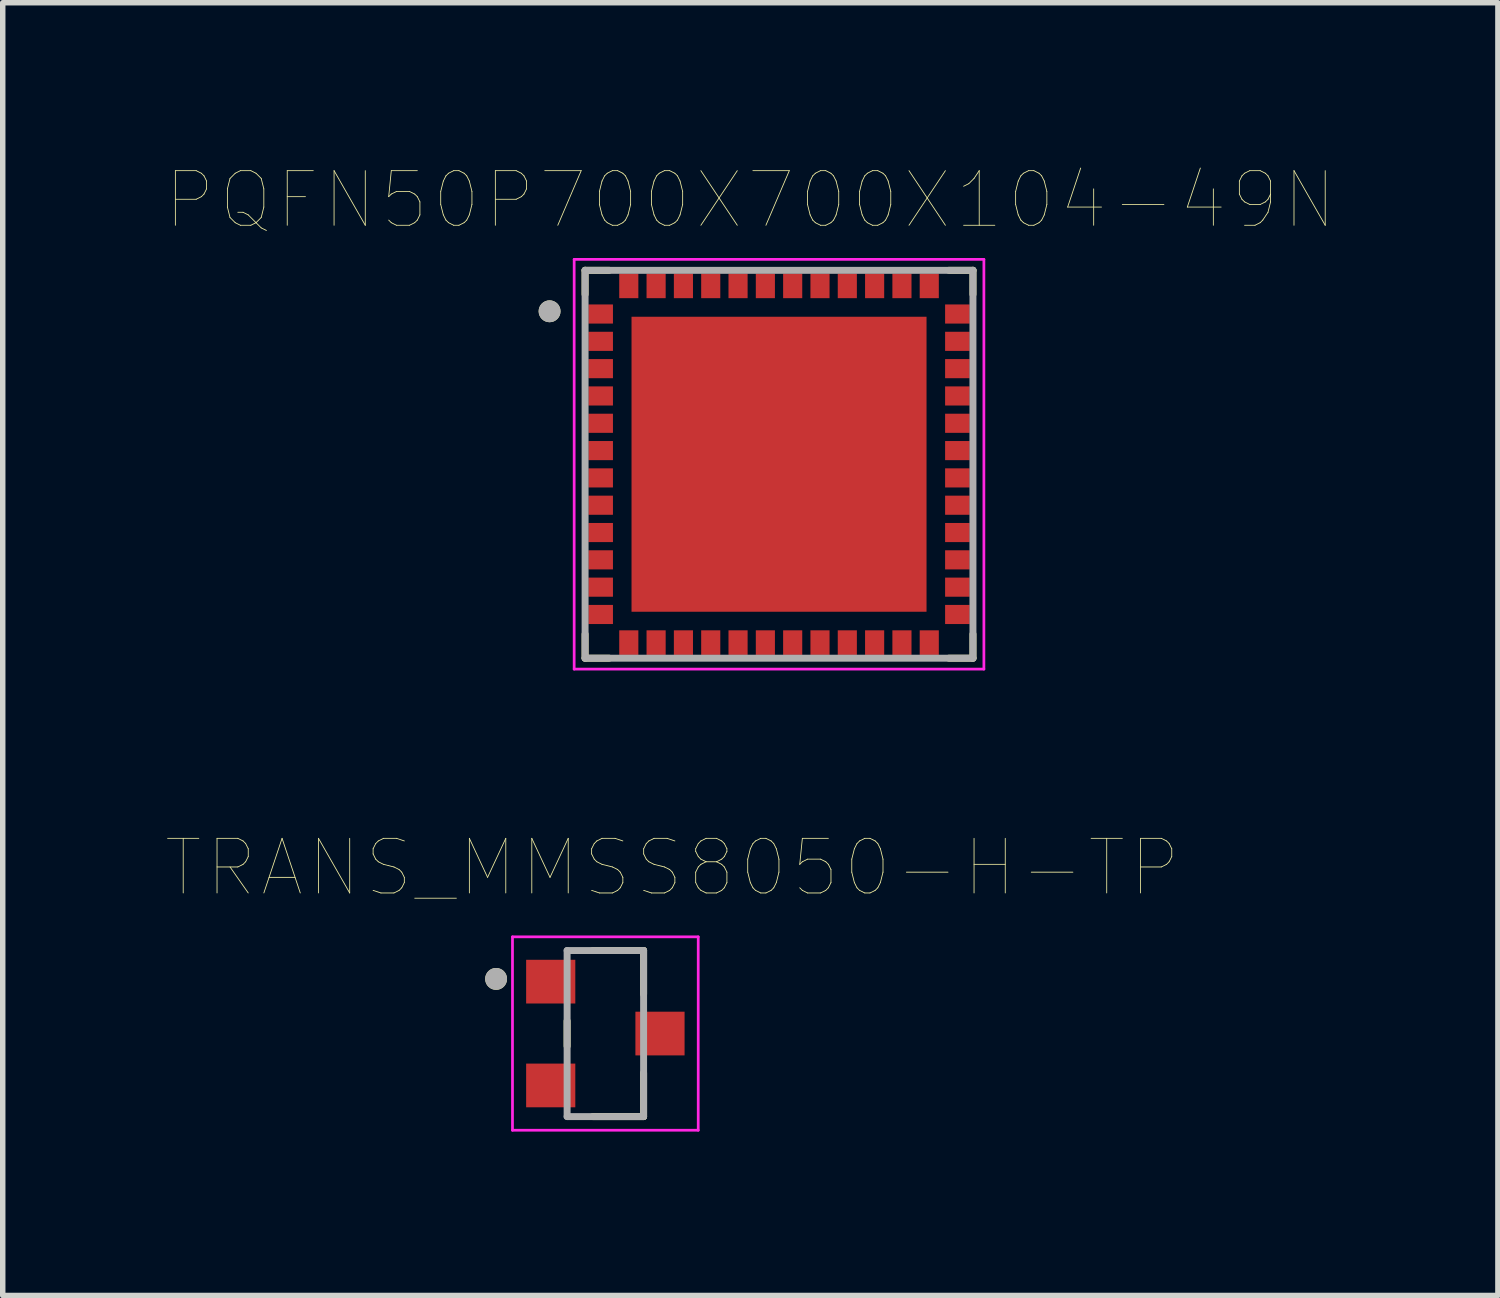
<source format=kicad_pcb>
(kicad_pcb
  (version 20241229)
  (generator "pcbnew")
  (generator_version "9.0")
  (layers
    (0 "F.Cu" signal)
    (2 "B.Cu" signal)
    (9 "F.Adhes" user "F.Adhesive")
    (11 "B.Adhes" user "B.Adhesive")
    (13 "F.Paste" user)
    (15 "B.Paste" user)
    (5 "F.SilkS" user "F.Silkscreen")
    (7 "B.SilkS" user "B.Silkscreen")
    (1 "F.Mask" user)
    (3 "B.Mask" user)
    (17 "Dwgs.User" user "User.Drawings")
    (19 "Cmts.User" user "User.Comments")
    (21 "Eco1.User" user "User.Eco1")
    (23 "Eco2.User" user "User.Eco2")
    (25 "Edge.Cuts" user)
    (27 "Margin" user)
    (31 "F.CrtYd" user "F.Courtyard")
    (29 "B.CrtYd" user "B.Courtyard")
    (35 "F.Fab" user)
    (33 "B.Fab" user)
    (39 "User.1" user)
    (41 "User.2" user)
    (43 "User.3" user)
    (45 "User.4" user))
  (footprint "PQFN50P700X700X104-49N"
    (layer "F.Cu")
    (at 11.21 5.448)
    (property "Reference" "PQFN50P700X700X104-49N" (at -0.526 -4.836 0) (layer "F.SilkS") (effects (font (size 1 1) (thickness 0.015))))
    (attr through_hole)
    (fp_line (start -3.55 -3.55) (end -3.11 -3.55) (stroke (width 0.127) (type solid)) (layer "F.SilkS"))
    (fp_line (start -3.55 -3.11) (end -3.55 -3.55) (stroke (width 0.127) (type solid)) (layer "F.SilkS"))
    (fp_line (start -3.55 3.11) (end -3.55 3.55) (stroke (width 0.127) (type solid)) (layer "F.SilkS"))
    (fp_line (start -3.55 3.55) (end -3.11 3.55) (stroke (width 0.127) (type solid)) (layer "F.SilkS"))
    (fp_line (start 3.55 -3.55) (end 3.11 -3.55) (stroke (width 0.127) (type solid)) (layer "F.SilkS"))
    (fp_line (start 3.55 -3.11) (end 3.55 -3.55) (stroke (width 0.127) (type solid)) (layer "F.SilkS"))
    (fp_line (start 3.55 3.11) (end 3.55 3.55) (stroke (width 0.127) (type solid)) (layer "F.SilkS"))
    (fp_line (start 3.55 3.55) (end 3.11 3.55) (stroke (width 0.127) (type solid)) (layer "F.SilkS"))
    (fp_circle (center -4.2 -2.8) (end -4.1 -2.8) (stroke (width 0.2) (type solid)) (fill no) (layer "F.SilkS"))
    (fp_poly (pts (xy -2.305 -2.305) (xy -0.395 -2.305) (xy -0.395 -0.395) (xy -2.305 -0.395)) (stroke (width 0.01) (type solid)) (fill yes) (layer "F.Paste"))
    (fp_poly (pts (xy -2.305 0.395) (xy -0.395 0.395) (xy -0.395 2.305) (xy -2.305 2.305)) (stroke (width 0.01) (type solid)) (fill yes) (layer "F.Paste"))
    (fp_poly (pts (xy 0.395 -2.305) (xy 2.305 -2.305) (xy 2.305 -0.395) (xy 0.395 -0.395)) (stroke (width 0.01) (type solid)) (fill yes) (layer "F.Paste"))
    (fp_poly (pts (xy 0.395 0.395) (xy 2.305 0.395) (xy 2.305 2.305) (xy 0.395 2.305)) (stroke (width 0.01) (type solid)) (fill yes) (layer "F.Paste"))
    (fp_line (start -3.75 -3.75) (end -3.75 3.75) (stroke (width 0.05) (type solid)) (layer "F.CrtYd"))
    (fp_line (start -3.75 3.75) (end 3.75 3.75) (stroke (width 0.05) (type solid)) (layer "F.CrtYd"))
    (fp_line (start 3.75 -3.75) (end -3.75 -3.75) (stroke (width 0.05) (type solid)) (layer "F.CrtYd"))
    (fp_line (start 3.75 3.75) (end 3.75 -3.75) (stroke (width 0.05) (type solid)) (layer "F.CrtYd"))
    (fp_line (start -3.55 -3.55) (end 3.55 -3.55) (stroke (width 0.127) (type solid)) (layer "F.Fab"))
    (fp_line (start -3.55 3.55) (end -3.55 -3.55) (stroke (width 0.127) (type solid)) (layer "F.Fab"))
    (fp_line (start 3.55 -3.55) (end 3.55 3.55) (stroke (width 0.127) (type solid)) (layer "F.Fab"))
    (fp_line (start 3.55 3.55) (end -3.55 3.55) (stroke (width 0.127) (type solid)) (layer "F.Fab"))
    (fp_circle (center -4.2 -2.8) (end -4.1 -2.8) (stroke (width 0.2) (type solid)) (fill no) (layer "F.Fab"))
    (pad "1" smd rect (at -3.265 -2.75) (size 0.45 0.35) (layers "F.Cu" "F.Mask" "F.Paste"))
    (pad "2" smd rect (at -3.265 -2.25) (size 0.45 0.35) (layers "F.Cu" "F.Mask" "F.Paste"))
    (pad "3" smd rect (at -3.265 -1.75) (size 0.45 0.35) (layers "F.Cu" "F.Mask" "F.Paste"))
    (pad "4" smd rect (at -3.265 -1.25) (size 0.45 0.35) (layers "F.Cu" "F.Mask" "F.Paste"))
    (pad "5" smd rect (at -3.265 -0.75) (size 0.45 0.35) (layers "F.Cu" "F.Mask" "F.Paste"))
    (pad "6" smd rect (at -3.265 -0.25) (size 0.45 0.35) (layers "F.Cu" "F.Mask" "F.Paste"))
    (pad "7" smd rect (at -3.265 0.25) (size 0.45 0.35) (layers "F.Cu" "F.Mask" "F.Paste"))
    (pad "8" smd rect (at -3.265 0.75) (size 0.45 0.35) (layers "F.Cu" "F.Mask" "F.Paste"))
    (pad "9" smd rect (at -3.265 1.25) (size 0.45 0.35) (layers "F.Cu" "F.Mask" "F.Paste"))
    (pad "10" smd rect (at -3.265 1.75) (size 0.45 0.35) (layers "F.Cu" "F.Mask" "F.Paste"))
    (pad "11" smd rect (at -3.265 2.25) (size 0.45 0.35) (layers "F.Cu" "F.Mask" "F.Paste"))
    (pad "12" smd rect (at -3.265 2.75) (size 0.45 0.35) (layers "F.Cu" "F.Mask" "F.Paste"))
    (pad "13" smd rect (at -2.75 3.265) (size 0.35 0.45) (layers "F.Cu" "F.Mask" "F.Paste"))
    (pad "14" smd rect (at -2.25 3.265) (size 0.35 0.45) (layers "F.Cu" "F.Mask" "F.Paste"))
    (pad "15" smd rect (at -1.75 3.265) (size 0.35 0.45) (layers "F.Cu" "F.Mask" "F.Paste"))
    (pad "16" smd rect (at -1.25 3.265) (size 0.35 0.45) (layers "F.Cu" "F.Mask" "F.Paste"))
    (pad "17" smd rect (at -0.75 3.265) (size 0.35 0.45) (layers "F.Cu" "F.Mask" "F.Paste"))
    (pad "18" smd rect (at -0.25 3.265) (size 0.35 0.45) (layers "F.Cu" "F.Mask" "F.Paste"))
    (pad "19" smd rect (at 0.25 3.265) (size 0.35 0.45) (layers "F.Cu" "F.Mask" "F.Paste"))
    (pad "20" smd rect (at 0.75 3.265) (size 0.35 0.45) (layers "F.Cu" "F.Mask" "F.Paste"))
    (pad "21" smd rect (at 1.25 3.265) (size 0.35 0.45) (layers "F.Cu" "F.Mask" "F.Paste"))
    (pad "22" smd rect (at 1.75 3.265) (size 0.35 0.45) (layers "F.Cu" "F.Mask" "F.Paste"))
    (pad "23" smd rect (at 2.25 3.265) (size 0.35 0.45) (layers "F.Cu" "F.Mask" "F.Paste"))
    (pad "24" smd rect (at 2.75 3.265) (size 0.35 0.45) (layers "F.Cu" "F.Mask" "F.Paste"))
    (pad "25" smd rect (at 3.265 2.75) (size 0.45 0.35) (layers "F.Cu" "F.Mask" "F.Paste"))
    (pad "26" smd rect (at 3.265 2.25) (size 0.45 0.35) (layers "F.Cu" "F.Mask" "F.Paste"))
    (pad "27" smd rect (at 3.265 1.75) (size 0.45 0.35) (layers "F.Cu" "F.Mask" "F.Paste"))
    (pad "28" smd rect (at 3.265 1.25) (size 0.45 0.35) (layers "F.Cu" "F.Mask" "F.Paste"))
    (pad "29" smd rect (at 3.265 0.75) (size 0.45 0.35) (layers "F.Cu" "F.Mask" "F.Paste"))
    (pad "30" smd rect (at 3.265 0.25) (size 0.45 0.35) (layers "F.Cu" "F.Mask" "F.Paste"))
    (pad "31" smd rect (at 3.265 -0.25) (size 0.45 0.35) (layers "F.Cu" "F.Mask" "F.Paste"))
    (pad "32" smd rect (at 3.265 -0.75) (size 0.45 0.35) (layers "F.Cu" "F.Mask" "F.Paste"))
    (pad "33" smd rect (at 3.265 -1.25) (size 0.45 0.35) (layers "F.Cu" "F.Mask" "F.Paste"))
    (pad "34" smd rect (at 3.265 -1.75) (size 0.45 0.35) (layers "F.Cu" "F.Mask" "F.Paste"))
    (pad "35" smd rect (at 3.265 -2.25) (size 0.45 0.35) (layers "F.Cu" "F.Mask" "F.Paste"))
    (pad "36" smd rect (at 3.265 -2.75) (size 0.45 0.35) (layers "F.Cu" "F.Mask" "F.Paste"))
    (pad "37" smd rect (at 2.75 -3.265) (size 0.35 0.45) (layers "F.Cu" "F.Mask" "F.Paste"))
    (pad "38" smd rect (at 2.25 -3.265) (size 0.35 0.45) (layers "F.Cu" "F.Mask" "F.Paste"))
    (pad "39" smd rect (at 1.75 -3.265) (size 0.35 0.45) (layers "F.Cu" "F.Mask" "F.Paste"))
    (pad "40" smd rect (at 1.25 -3.265) (size 0.35 0.45) (layers "F.Cu" "F.Mask" "F.Paste"))
    (pad "41" smd rect (at 0.75 -3.265) (size 0.35 0.45) (layers "F.Cu" "F.Mask" "F.Paste"))
    (pad "42" smd rect (at 0.25 -3.265) (size 0.35 0.45) (layers "F.Cu" "F.Mask" "F.Paste"))
    (pad "43" smd rect (at -0.25 -3.265) (size 0.35 0.45) (layers "F.Cu" "F.Mask" "F.Paste"))
    (pad "44" smd rect (at -0.75 -3.265) (size 0.35 0.45) (layers "F.Cu" "F.Mask" "F.Paste"))
    (pad "45" smd rect (at -1.25 -3.265) (size 0.35 0.45) (layers "F.Cu" "F.Mask" "F.Paste"))
    (pad "46" smd rect (at -1.75 -3.265) (size 0.35 0.45) (layers "F.Cu" "F.Mask" "F.Paste"))
    (pad "47" smd rect (at -2.25 -3.265) (size 0.35 0.45) (layers "F.Cu" "F.Mask" "F.Paste"))
    (pad "48" smd rect (at -2.75 -3.265) (size 0.35 0.45) (layers "F.Cu" "F.Mask" "F.Paste"))
    (pad "49" smd rect (at 0 0) (size 5.4 5.4) (layers "F.Cu" "F.Mask")))
  (footprint "TRANS_MMSS8050-H-TP"
    (layer "F.Cu")
    (at 8.031 15.869)
    (property "Reference" "TRANS_MMSS8050-H-TP" (at 1.225 -3.035 0) (layer "F.SilkS") (effects (font (size 1 1) (thickness 0.015))))
    (attr through_hole)
    (fp_line (start -0.7 0.23) (end -0.7 -0.23) (stroke (width 0.127) (type solid)) (layer "F.SilkS"))
    (fp_line (start -0.23 -1.52) (end 0.7 -1.52) (stroke (width 0.127) (type solid)) (layer "F.SilkS"))
    (fp_line (start -0.23 1.52) (end 0.7 1.52) (stroke (width 0.127) (type solid)) (layer "F.SilkS"))
    (fp_line (start 0.7 -1.52) (end 0.7 -0.72) (stroke (width 0.127) (type solid)) (layer "F.SilkS"))
    (fp_line (start 0.7 0.72) (end 0.7 1.52) (stroke (width 0.127) (type solid)) (layer "F.SilkS"))
    (fp_circle (center -2 -1) (end -1.9 -1) (stroke (width 0.2) (type solid)) (fill no) (layer "F.SilkS"))
    (fp_line (start -1.7 -1.77) (end 1.7 -1.77) (stroke (width 0.05) (type solid)) (layer "F.CrtYd"))
    (fp_line (start -1.7 1.77) (end -1.7 -1.77) (stroke (width 0.05) (type solid)) (layer "F.CrtYd"))
    (fp_line (start 1.7 -1.77) (end 1.7 1.77) (stroke (width 0.05) (type solid)) (layer "F.CrtYd"))
    (fp_line (start 1.7 1.77) (end -1.7 1.77) (stroke (width 0.05) (type solid)) (layer "F.CrtYd"))
    (fp_line (start -0.7 -1.52) (end 0.7 -1.52) (stroke (width 0.127) (type solid)) (layer "F.Fab"))
    (fp_line (start -0.7 1.52) (end -0.7 -1.52) (stroke (width 0.127) (type solid)) (layer "F.Fab"))
    (fp_line (start 0.7 -1.52) (end 0.7 1.52) (stroke (width 0.127) (type solid)) (layer "F.Fab"))
    (fp_line (start 0.7 1.52) (end -0.7 1.52) (stroke (width 0.127) (type solid)) (layer "F.Fab"))
    (fp_circle (center -2 -1) (end -1.9 -1) (stroke (width 0.2) (type solid)) (fill no) (layer "F.Fab"))
    (pad "1" smd rect (at -1 -0.95) (size 0.9 0.8) (layers "F.Cu" "F.Mask" "F.Paste"))
    (pad "2" smd rect (at -1 0.95) (size 0.9 0.8) (layers "F.Cu" "F.Mask" "F.Paste"))
    (pad "3" smd rect (at 1 0) (size 0.9 0.8) (layers "F.Cu" "F.Mask" "F.Paste")))
  (gr_rect
    (start -3 -3)
    (end 24.369 20.664)
    (stroke (width 0.1) (type default))
    (fill no)
    (layer "Edge.Cuts")))
</source>
